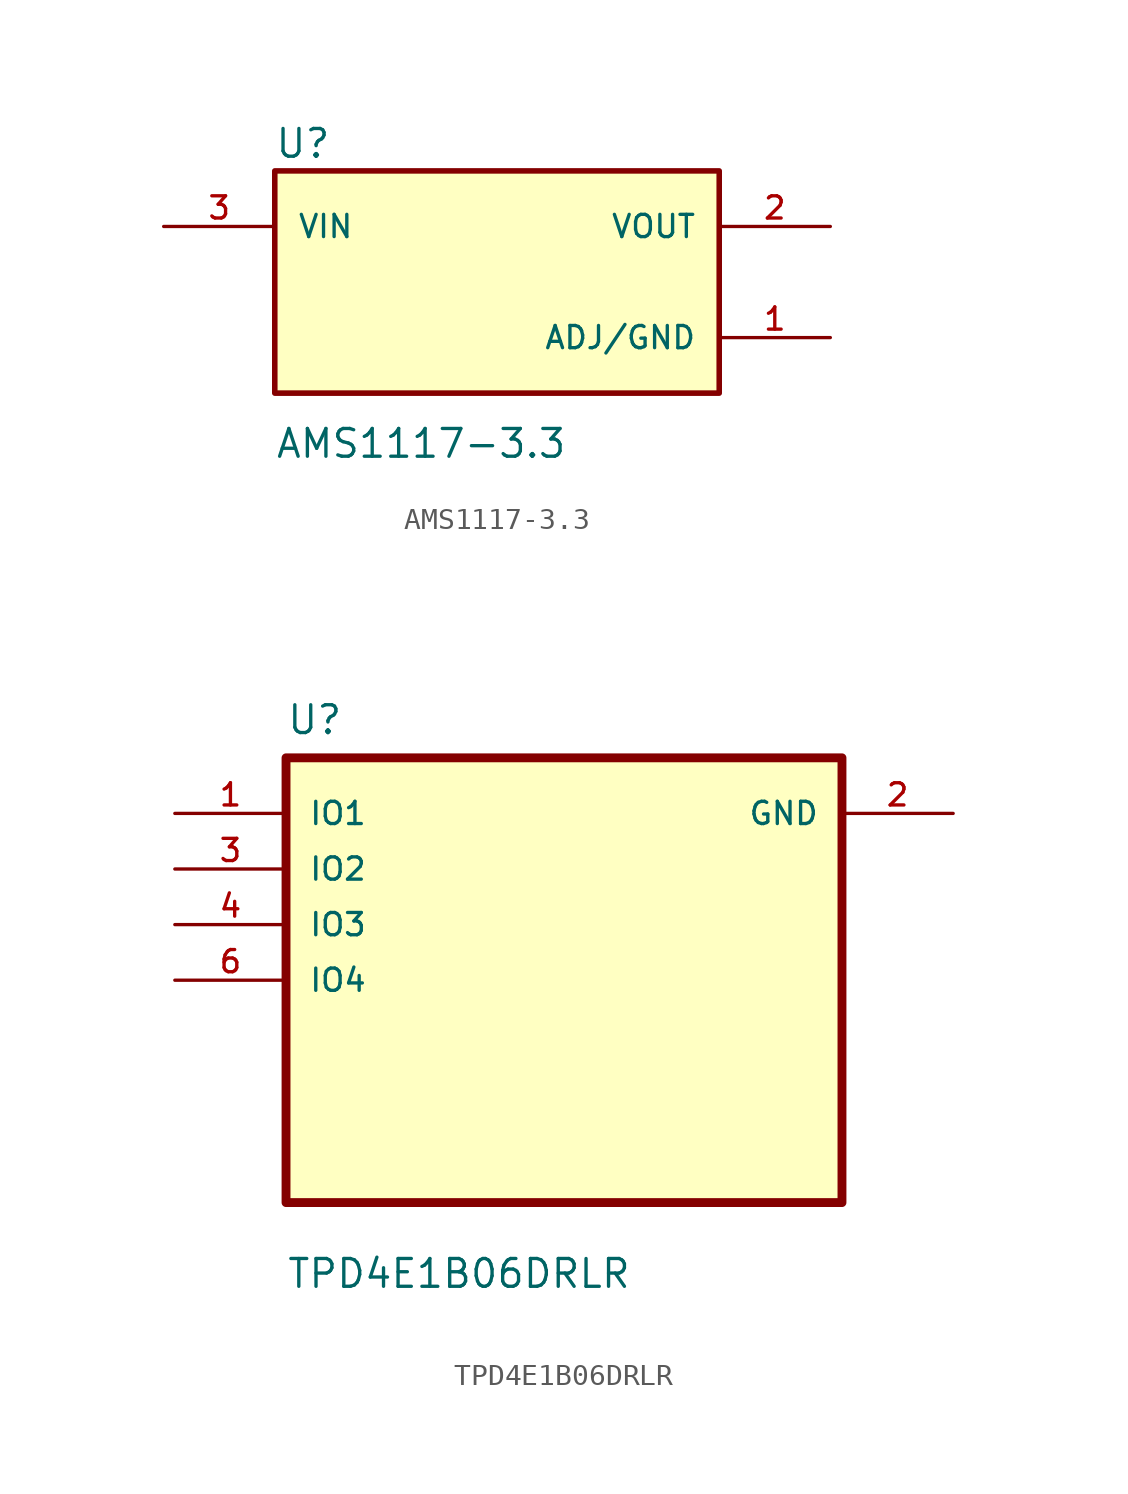
<source format=kicad_sym>
(kicad_symbol_lib
  (version 20211014)
  (generator kicad_symbol_editor)
  (symbol "AMS1117-3.3"
    (pin_names
      (offset 1.016))
    (property "Reference" "U"
      (at -10.185 5.588 0)
      (effects (font (size 1.27 1.27)) (justify left bottom)))
    (property "Value" "AMS1117-3.3"
      (at -10.16 -8.128 0)
      (effects (font (size 1.27 1.27)) (justify left bottom)))
    (property "ki_locked" ""
      (at 0 0 0)
      (effects (font (size 1.27 1.27))))
    (symbol "AMS1117-3.3_0_0"
      (rectangle (start -10.16 -5.08) (end 10.16 5.08) (stroke (width 0.254) (type default) (color 0 0 0 0)) (fill (type background)))
      (pin power_in line (at 15.24 -2.54 180) (length 5.08) (name "ADJ/GND" (effects (font (size 1.016 1.016)))) (number "1" (effects (font (size 1.016 1.016)))))
      (pin output line (at 15.24 2.54 180) (length 5.08) (name "VOUT" (effects (font (size 1.016 1.016)))) (number "2" (effects (font (size 1.016 1.016)))))
      (pin input line (at -15.24 2.54 0) (length 5.08) (name "VIN" (effects (font (size 1.016 1.016)))) (number "3" (effects (font (size 1.016 1.016)))))))
  (symbol "TPD4E1B06DRLR"
    (pin_names
      (offset 1.016))
    (property "Reference" "U"
      (at -12.7 11.151 0)
      (effects (font (size 1.27 1.27)) (justify left bottom)))
    (property "Value" "TPD4E1B06DRLR"
      (at -12.7 -14.148 0)
      (effects (font (size 1.27 1.27)) (justify left bottom)))
    (property "ki_locked" ""
      (at 0 0 0)
      (effects (font (size 1.27 1.27))))
    (symbol "TPD4E1B06DRLR_0_0"
      (rectangle (start -12.7 -10.16) (end 12.7 10.16) (stroke (width 0.406) (type default) (color 0 0 0 0)) (fill (type background)))
      (pin bidirectional line (at -17.78 7.62 0) (length 5.08) (name "IO1" (effects (font (size 1.016 1.016)))) (number "1" (effects (font (size 1.016 1.016)))))
      (pin power_in line (at 17.78 7.62 180) (length 5.08) (name "GND" (effects (font (size 1.016 1.016)))) (number "2" (effects (font (size 1.016 1.016)))))
      (pin bidirectional line (at -17.78 5.08 0) (length 5.08) (name "IO2" (effects (font (size 1.016 1.016)))) (number "3" (effects (font (size 1.016 1.016)))))
      (pin bidirectional line (at -17.78 2.54 0) (length 5.08) (name "IO3" (effects (font (size 1.016 1.016)))) (number "4" (effects (font (size 1.016 1.016)))))
      (pin bidirectional line (at -17.78 0 0) (length 5.08) (name "IO4" (effects (font (size 1.016 1.016)))) (number "6" (effects (font (size 1.016 1.016))))))))
</source>
